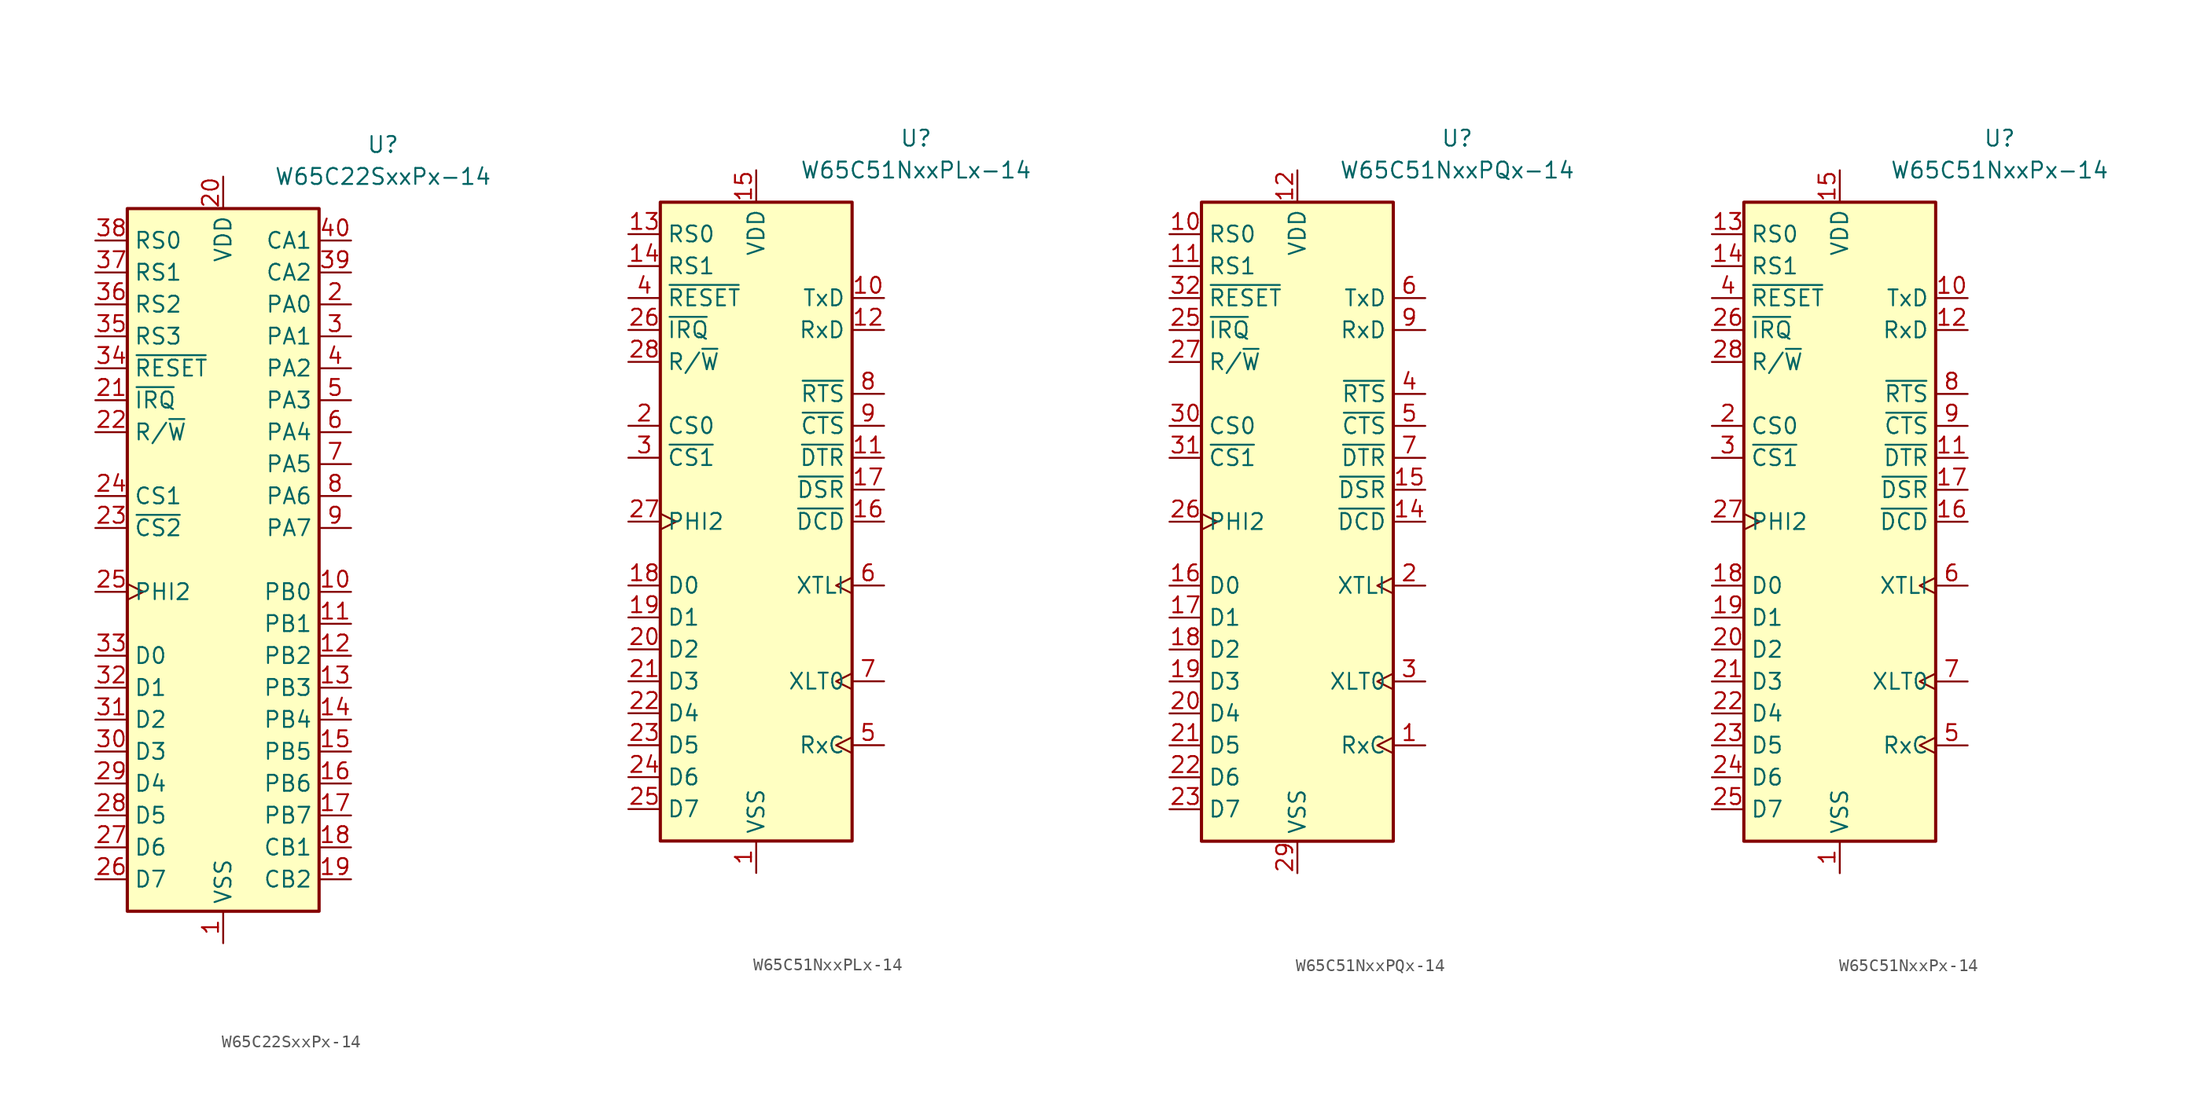
<source format=kicad_sym>
(kicad_symbol_lib
  (version 20211014)
  (generator kicad_symbol_editor)
  (symbol "W65C22SxxPx-14"
    (property "Reference" "U"
      (at 12.7 33.02 0)
      (effects (font (size 1.27 1.27))))
    (property "Value" "W65C22SxxPx-14"
      (at 12.7 30.48 0)
      (effects (font (size 1.27 1.27))))
    (symbol "W65C22SxxPx-14_0_1"
      (rectangle (start 7.62 27.94) (end -7.62 -27.94) (stroke (width 0.254) (type default) (color 0 0 0 0)) (fill (type background))))
    (symbol "W65C22SxxPx-14_1_1"
      (pin power_in line (at 0 -30.48 90) (length 2.54) (name "VSS" (effects (font (size 1.27 1.27)))) (number "1" (effects (font (size 1.27 1.27)))))
      (pin bidirectional line (at 10.16 -2.54 180) (length 2.54) (name "PB0" (effects (font (size 1.27 1.27)))) (number "10" (effects (font (size 1.27 1.27)))))
      (pin bidirectional line (at 10.16 -5.08 180) (length 2.54) (name "PB1" (effects (font (size 1.27 1.27)))) (number "11" (effects (font (size 1.27 1.27)))))
      (pin bidirectional line (at 10.16 -7.62 180) (length 2.54) (name "PB2" (effects (font (size 1.27 1.27)))) (number "12" (effects (font (size 1.27 1.27)))))
      (pin bidirectional line (at 10.16 -10.16 180) (length 2.54) (name "PB3" (effects (font (size 1.27 1.27)))) (number "13" (effects (font (size 1.27 1.27)))))
      (pin bidirectional line (at 10.16 -12.7 180) (length 2.54) (name "PB4" (effects (font (size 1.27 1.27)))) (number "14" (effects (font (size 1.27 1.27)))))
      (pin bidirectional line (at 10.16 -15.24 180) (length 2.54) (name "PB5" (effects (font (size 1.27 1.27)))) (number "15" (effects (font (size 1.27 1.27)))))
      (pin bidirectional line (at 10.16 -17.78 180) (length 2.54) (name "PB6" (effects (font (size 1.27 1.27)))) (number "16" (effects (font (size 1.27 1.27)))))
      (pin bidirectional line (at 10.16 -20.32 180) (length 2.54) (name "PB7" (effects (font (size 1.27 1.27)))) (number "17" (effects (font (size 1.27 1.27)))))
      (pin bidirectional line (at 10.16 -22.86 180) (length 2.54) (name "CB1" (effects (font (size 1.27 1.27)))) (number "18" (effects (font (size 1.27 1.27)))))
      (pin bidirectional line (at 10.16 -25.4 180) (length 2.54) (name "CB2" (effects (font (size 1.27 1.27)))) (number "19" (effects (font (size 1.27 1.27)))))
      (pin bidirectional line (at 10.16 20.32 180) (length 2.54) (name "PA0" (effects (font (size 1.27 1.27)))) (number "2" (effects (font (size 1.27 1.27)))))
      (pin power_in line (at 0 30.48 270) (length 2.54) (name "VDD" (effects (font (size 1.27 1.27)))) (number "20" (effects (font (size 1.27 1.27)))))
      (pin output line (at -10.16 12.7 0) (length 2.54) (name "~{IRQ}" (effects (font (size 1.27 1.27)))) (number "21" (effects (font (size 1.27 1.27)))))
      (pin input line (at -10.16 10.16 0) (length 2.54) (name "R/~{W}" (effects (font (size 1.27 1.27)))) (number "22" (effects (font (size 1.27 1.27)))))
      (pin input line (at -10.16 2.54 0) (length 2.54) (name "~{CS2}" (effects (font (size 1.27 1.27)))) (number "23" (effects (font (size 1.27 1.27)))))
      (pin input line (at -10.16 5.08 0) (length 2.54) (name "CS1" (effects (font (size 1.27 1.27)))) (number "24" (effects (font (size 1.27 1.27)))))
      (pin input clock (at -10.16 -2.54 0) (length 2.54) (name "PHI2" (effects (font (size 1.27 1.27)))) (number "25" (effects (font (size 1.27 1.27)))))
      (pin bidirectional line (at -10.16 -25.4 0) (length 2.54) (name "D7" (effects (font (size 1.27 1.27)))) (number "26" (effects (font (size 1.27 1.27)))))
      (pin bidirectional line (at -10.16 -22.86 0) (length 2.54) (name "D6" (effects (font (size 1.27 1.27)))) (number "27" (effects (font (size 1.27 1.27)))))
      (pin bidirectional line (at -10.16 -20.32 0) (length 2.54) (name "D5" (effects (font (size 1.27 1.27)))) (number "28" (effects (font (size 1.27 1.27)))))
      (pin bidirectional line (at -10.16 -17.78 0) (length 2.54) (name "D4" (effects (font (size 1.27 1.27)))) (number "29" (effects (font (size 1.27 1.27)))))
      (pin bidirectional line (at 10.16 17.78 180) (length 2.54) (name "PA1" (effects (font (size 1.27 1.27)))) (number "3" (effects (font (size 1.27 1.27)))))
      (pin bidirectional line (at -10.16 -15.24 0) (length 2.54) (name "D3" (effects (font (size 1.27 1.27)))) (number "30" (effects (font (size 1.27 1.27)))))
      (pin bidirectional line (at -10.16 -12.7 0) (length 2.54) (name "D2" (effects (font (size 1.27 1.27)))) (number "31" (effects (font (size 1.27 1.27)))))
      (pin bidirectional line (at -10.16 -10.16 0) (length 2.54) (name "D1" (effects (font (size 1.27 1.27)))) (number "32" (effects (font (size 1.27 1.27)))))
      (pin bidirectional line (at -10.16 -7.62 0) (length 2.54) (name "D0" (effects (font (size 1.27 1.27)))) (number "33" (effects (font (size 1.27 1.27)))))
      (pin input line (at -10.16 15.24 0) (length 2.54) (name "~{RESET}" (effects (font (size 1.27 1.27)))) (number "34" (effects (font (size 1.27 1.27)))))
      (pin input line (at -10.16 17.78 0) (length 2.54) (name "RS3" (effects (font (size 1.27 1.27)))) (number "35" (effects (font (size 1.27 1.27)))))
      (pin input line (at -10.16 20.32 0) (length 2.54) (name "RS2" (effects (font (size 1.27 1.27)))) (number "36" (effects (font (size 1.27 1.27)))))
      (pin input line (at -10.16 22.86 0) (length 2.54) (name "RS1" (effects (font (size 1.27 1.27)))) (number "37" (effects (font (size 1.27 1.27)))))
      (pin input line (at -10.16 25.4 0) (length 2.54) (name "RS0" (effects (font (size 1.27 1.27)))) (number "38" (effects (font (size 1.27 1.27)))))
      (pin bidirectional line (at 10.16 22.86 180) (length 2.54) (name "CA2" (effects (font (size 1.27 1.27)))) (number "39" (effects (font (size 1.27 1.27)))))
      (pin bidirectional line (at 10.16 15.24 180) (length 2.54) (name "PA2" (effects (font (size 1.27 1.27)))) (number "4" (effects (font (size 1.27 1.27)))))
      (pin input line (at 10.16 25.4 180) (length 2.54) (name "CA1" (effects (font (size 1.27 1.27)))) (number "40" (effects (font (size 1.27 1.27)))))
      (pin bidirectional line (at 10.16 12.7 180) (length 2.54) (name "PA3" (effects (font (size 1.27 1.27)))) (number "5" (effects (font (size 1.27 1.27)))))
      (pin bidirectional line (at 10.16 10.16 180) (length 2.54) (name "PA4" (effects (font (size 1.27 1.27)))) (number "6" (effects (font (size 1.27 1.27)))))
      (pin bidirectional line (at 10.16 7.62 180) (length 2.54) (name "PA5" (effects (font (size 1.27 1.27)))) (number "7" (effects (font (size 1.27 1.27)))))
      (pin bidirectional line (at 10.16 5.08 180) (length 2.54) (name "PA6" (effects (font (size 1.27 1.27)))) (number "8" (effects (font (size 1.27 1.27)))))
      (pin bidirectional line (at 10.16 2.54 180) (length 2.54) (name "PA7" (effects (font (size 1.27 1.27)))) (number "9" (effects (font (size 1.27 1.27)))))))
  (symbol "W65C51NxxPLx-14"
    (property "Reference" "U"
      (at 12.7 30.48 0)
      (effects (font (size 1.27 1.27))))
    (property "Value" "W65C51NxxPLx-14"
      (at 12.7 27.94 0)
      (effects (font (size 1.27 1.27))))
    (symbol "W65C51NxxPLx-14_0_1"
      (rectangle (start -7.62 25.4) (end 7.62 -25.4) (stroke (width 0.254) (type default) (color 0 0 0 0)) (fill (type background))))
    (symbol "W65C51NxxPLx-14_1_1"
      (pin power_in line (at 0 -27.94 90) (length 2.54) (name "VSS" (effects (font (size 1.27 1.27)))) (number "1" (effects (font (size 1.27 1.27)))))
      (pin output line (at 10.16 17.78 180) (length 2.54) (name "TxD" (effects (font (size 1.27 1.27)))) (number "10" (effects (font (size 1.27 1.27)))))
      (pin output line (at 10.16 5.08 180) (length 2.54) (name "~{DTR}" (effects (font (size 1.27 1.27)))) (number "11" (effects (font (size 1.27 1.27)))))
      (pin input line (at 10.16 15.24 180) (length 2.54) (name "RxD" (effects (font (size 1.27 1.27)))) (number "12" (effects (font (size 1.27 1.27)))))
      (pin input line (at -10.16 22.86 0) (length 2.54) (name "RS0" (effects (font (size 1.27 1.27)))) (number "13" (effects (font (size 1.27 1.27)))))
      (pin input line (at -10.16 20.32 0) (length 2.54) (name "RS1" (effects (font (size 1.27 1.27)))) (number "14" (effects (font (size 1.27 1.27)))))
      (pin power_in line (at 0 27.94 270) (length 2.54) (name "VDD" (effects (font (size 1.27 1.27)))) (number "15" (effects (font (size 1.27 1.27)))))
      (pin input line (at 10.16 0 180) (length 2.54) (name "~{DCD}" (effects (font (size 1.27 1.27)))) (number "16" (effects (font (size 1.27 1.27)))))
      (pin input line (at 10.16 2.54 180) (length 2.54) (name "~{DSR}" (effects (font (size 1.27 1.27)))) (number "17" (effects (font (size 1.27 1.27)))))
      (pin bidirectional line (at -10.16 -5.08 0) (length 2.54) (name "D0" (effects (font (size 1.27 1.27)))) (number "18" (effects (font (size 1.27 1.27)))))
      (pin bidirectional line (at -10.16 -7.62 0) (length 2.54) (name "D1" (effects (font (size 1.27 1.27)))) (number "19" (effects (font (size 1.27 1.27)))))
      (pin input line (at -10.16 7.62 0) (length 2.54) (name "CS0" (effects (font (size 1.27 1.27)))) (number "2" (effects (font (size 1.27 1.27)))))
      (pin bidirectional line (at -10.16 -10.16 0) (length 2.54) (name "D2" (effects (font (size 1.27 1.27)))) (number "20" (effects (font (size 1.27 1.27)))))
      (pin bidirectional line (at -10.16 -12.7 0) (length 2.54) (name "D3" (effects (font (size 1.27 1.27)))) (number "21" (effects (font (size 1.27 1.27)))))
      (pin bidirectional line (at -10.16 -15.24 0) (length 2.54) (name "D4" (effects (font (size 1.27 1.27)))) (number "22" (effects (font (size 1.27 1.27)))))
      (pin bidirectional line (at -10.16 -17.78 0) (length 2.54) (name "D5" (effects (font (size 1.27 1.27)))) (number "23" (effects (font (size 1.27 1.27)))))
      (pin bidirectional line (at -10.16 -20.32 0) (length 2.54) (name "D6" (effects (font (size 1.27 1.27)))) (number "24" (effects (font (size 1.27 1.27)))))
      (pin bidirectional line (at -10.16 -22.86 0) (length 2.54) (name "D7" (effects (font (size 1.27 1.27)))) (number "25" (effects (font (size 1.27 1.27)))))
      (pin output line (at -10.16 15.24 0) (length 2.54) (name "~{IRQ}" (effects (font (size 1.27 1.27)))) (number "26" (effects (font (size 1.27 1.27)))))
      (pin input clock (at -10.16 0 0) (length 2.54) (name "PHI2" (effects (font (size 1.27 1.27)))) (number "27" (effects (font (size 1.27 1.27)))))
      (pin input line (at -10.16 12.7 0) (length 2.54) (name "R/~{W}" (effects (font (size 1.27 1.27)))) (number "28" (effects (font (size 1.27 1.27)))))
      (pin input line (at -10.16 5.08 0) (length 2.54) (name "~{CS1}" (effects (font (size 1.27 1.27)))) (number "3" (effects (font (size 1.27 1.27)))))
      (pin input line (at -10.16 17.78 0) (length 2.54) (name "~{RESET}" (effects (font (size 1.27 1.27)))) (number "4" (effects (font (size 1.27 1.27)))))
      (pin bidirectional clock (at 10.16 -17.78 180) (length 2.54) (name "RxC" (effects (font (size 1.27 1.27)))) (number "5" (effects (font (size 1.27 1.27)))))
      (pin input clock (at 10.16 -5.08 180) (length 2.54) (name "XTLI" (effects (font (size 1.27 1.27)))) (number "6" (effects (font (size 1.27 1.27)))))
      (pin output clock (at 10.16 -12.7 180) (length 2.54) (name "XLT0" (effects (font (size 1.27 1.27)))) (number "7" (effects (font (size 1.27 1.27)))))
      (pin output line (at 10.16 10.16 180) (length 2.54) (name "~{RTS}" (effects (font (size 1.27 1.27)))) (number "8" (effects (font (size 1.27 1.27)))))
      (pin input line (at 10.16 7.62 180) (length 2.54) (name "~{CTS}" (effects (font (size 1.27 1.27)))) (number "9" (effects (font (size 1.27 1.27)))))))
  (symbol "W65C51NxxPQx-14"
    (property "Reference" "U"
      (at 12.7 30.48 0)
      (effects (font (size 1.27 1.27))))
    (property "Value" "W65C51NxxPQx-14"
      (at 12.7 27.94 0)
      (effects (font (size 1.27 1.27))))
    (symbol "W65C51NxxPQx-14_0_1"
      (rectangle (start -7.62 25.4) (end 7.62 -25.4) (stroke (width 0.254) (type default) (color 0 0 0 0)) (fill (type background))))
    (symbol "W65C51NxxPQx-14_1_1"
      (pin bidirectional clock (at 10.16 -17.78 180) (length 2.54) (name "RxC" (effects (font (size 1.27 1.27)))) (number "1" (effects (font (size 1.27 1.27)))))
      (pin input line (at -10.16 22.86 0) (length 2.54) (name "RS0" (effects (font (size 1.27 1.27)))) (number "10" (effects (font (size 1.27 1.27)))))
      (pin input line (at -10.16 20.32 0) (length 2.54) (name "RS1" (effects (font (size 1.27 1.27)))) (number "11" (effects (font (size 1.27 1.27)))))
      (pin power_in line (at 0 27.94 270) (length 2.54) (name "VDD" (effects (font (size 1.27 1.27)))) (number "12" (effects (font (size 1.27 1.27)))))
      (pin passive line (at 0 27.94 270) (length 2.54) hide (name "VDD" (effects (font (size 1.27 1.27)))) (number "13" (effects (font (size 1.27 1.27)))))
      (pin input line (at 10.16 0 180) (length 2.54) (name "~{DCD}" (effects (font (size 1.27 1.27)))) (number "14" (effects (font (size 1.27 1.27)))))
      (pin input line (at 10.16 2.54 180) (length 2.54) (name "~{DSR}" (effects (font (size 1.27 1.27)))) (number "15" (effects (font (size 1.27 1.27)))))
      (pin bidirectional line (at -10.16 -5.08 0) (length 2.54) (name "D0" (effects (font (size 1.27 1.27)))) (number "16" (effects (font (size 1.27 1.27)))))
      (pin bidirectional line (at -10.16 -7.62 0) (length 2.54) (name "D1" (effects (font (size 1.27 1.27)))) (number "17" (effects (font (size 1.27 1.27)))))
      (pin bidirectional line (at -10.16 -10.16 0) (length 2.54) (name "D2" (effects (font (size 1.27 1.27)))) (number "18" (effects (font (size 1.27 1.27)))))
      (pin bidirectional line (at -10.16 -12.7 0) (length 2.54) (name "D3" (effects (font (size 1.27 1.27)))) (number "19" (effects (font (size 1.27 1.27)))))
      (pin input clock (at 10.16 -5.08 180) (length 2.54) (name "XTLI" (effects (font (size 1.27 1.27)))) (number "2" (effects (font (size 1.27 1.27)))))
      (pin bidirectional line (at -10.16 -15.24 0) (length 2.54) (name "D4" (effects (font (size 1.27 1.27)))) (number "20" (effects (font (size 1.27 1.27)))))
      (pin bidirectional line (at -10.16 -17.78 0) (length 2.54) (name "D5" (effects (font (size 1.27 1.27)))) (number "21" (effects (font (size 1.27 1.27)))))
      (pin bidirectional line (at -10.16 -20.32 0) (length 2.54) (name "D6" (effects (font (size 1.27 1.27)))) (number "22" (effects (font (size 1.27 1.27)))))
      (pin bidirectional line (at -10.16 -22.86 0) (length 2.54) (name "D7" (effects (font (size 1.27 1.27)))) (number "23" (effects (font (size 1.27 1.27)))))
      (pin no_connect non_logic (at 10.16 -24.13 180) (length 2.54) hide (name "NC" (effects (font (size 1.27 1.27)))) (number "24" (effects (font (size 1.27 1.27)))))
      (pin output line (at -10.16 15.24 0) (length 2.54) (name "~{IRQ}" (effects (font (size 1.27 1.27)))) (number "25" (effects (font (size 1.27 1.27)))))
      (pin input clock (at -10.16 0 0) (length 2.54) (name "PHI2" (effects (font (size 1.27 1.27)))) (number "26" (effects (font (size 1.27 1.27)))))
      (pin input line (at -10.16 12.7 0) (length 2.54) (name "R/~{W}" (effects (font (size 1.27 1.27)))) (number "27" (effects (font (size 1.27 1.27)))))
      (pin passive line (at 0 -27.94 90) (length 2.54) hide (name "VSS" (effects (font (size 1.27 1.27)))) (number "28" (effects (font (size 1.27 1.27)))))
      (pin power_in line (at 0 -27.94 90) (length 2.54) (name "VSS" (effects (font (size 1.27 1.27)))) (number "29" (effects (font (size 1.27 1.27)))))
      (pin output clock (at 10.16 -12.7 180) (length 2.54) (name "XLT0" (effects (font (size 1.27 1.27)))) (number "3" (effects (font (size 1.27 1.27)))))
      (pin input line (at -10.16 7.62 0) (length 2.54) (name "CS0" (effects (font (size 1.27 1.27)))) (number "30" (effects (font (size 1.27 1.27)))))
      (pin input line (at -10.16 5.08 0) (length 2.54) (name "~{CS1}" (effects (font (size 1.27 1.27)))) (number "31" (effects (font (size 1.27 1.27)))))
      (pin input line (at -10.16 17.78 0) (length 2.54) (name "~{RESET}" (effects (font (size 1.27 1.27)))) (number "32" (effects (font (size 1.27 1.27)))))
      (pin output line (at 10.16 10.16 180) (length 2.54) (name "~{RTS}" (effects (font (size 1.27 1.27)))) (number "4" (effects (font (size 1.27 1.27)))))
      (pin input line (at 10.16 7.62 180) (length 2.54) (name "~{CTS}" (effects (font (size 1.27 1.27)))) (number "5" (effects (font (size 1.27 1.27)))))
      (pin output line (at 10.16 17.78 180) (length 2.54) (name "TxD" (effects (font (size 1.27 1.27)))) (number "6" (effects (font (size 1.27 1.27)))))
      (pin output line (at 10.16 5.08 180) (length 2.54) (name "~{DTR}" (effects (font (size 1.27 1.27)))) (number "7" (effects (font (size 1.27 1.27)))))
      (pin no_connect non_logic (at 10.16 -21.59 180) (length 2.54) hide (name "NC" (effects (font (size 1.27 1.27)))) (number "8" (effects (font (size 1.27 1.27)))))
      (pin input line (at 10.16 15.24 180) (length 2.54) (name "RxD" (effects (font (size 1.27 1.27)))) (number "9" (effects (font (size 1.27 1.27)))))))
  (symbol "W65C51NxxPx-14"
    (property "Reference" "U"
      (at 12.7 30.48 0)
      (effects (font (size 1.27 1.27))))
    (property "Value" "W65C51NxxPx-14"
      (at 12.7 27.94 0)
      (effects (font (size 1.27 1.27))))
    (symbol "W65C51NxxPx-14_0_1"
      (rectangle (start -7.62 25.4) (end 7.62 -25.4) (stroke (width 0.254) (type default) (color 0 0 0 0)) (fill (type background))))
    (symbol "W65C51NxxPx-14_1_1"
      (pin power_in line (at 0 -27.94 90) (length 2.54) (name "VSS" (effects (font (size 1.27 1.27)))) (number "1" (effects (font (size 1.27 1.27)))))
      (pin output line (at 10.16 17.78 180) (length 2.54) (name "TxD" (effects (font (size 1.27 1.27)))) (number "10" (effects (font (size 1.27 1.27)))))
      (pin output line (at 10.16 5.08 180) (length 2.54) (name "~{DTR}" (effects (font (size 1.27 1.27)))) (number "11" (effects (font (size 1.27 1.27)))))
      (pin input line (at 10.16 15.24 180) (length 2.54) (name "RxD" (effects (font (size 1.27 1.27)))) (number "12" (effects (font (size 1.27 1.27)))))
      (pin input line (at -10.16 22.86 0) (length 2.54) (name "RS0" (effects (font (size 1.27 1.27)))) (number "13" (effects (font (size 1.27 1.27)))))
      (pin input line (at -10.16 20.32 0) (length 2.54) (name "RS1" (effects (font (size 1.27 1.27)))) (number "14" (effects (font (size 1.27 1.27)))))
      (pin power_in line (at 0 27.94 270) (length 2.54) (name "VDD" (effects (font (size 1.27 1.27)))) (number "15" (effects (font (size 1.27 1.27)))))
      (pin input line (at 10.16 0 180) (length 2.54) (name "~{DCD}" (effects (font (size 1.27 1.27)))) (number "16" (effects (font (size 1.27 1.27)))))
      (pin input line (at 10.16 2.54 180) (length 2.54) (name "~{DSR}" (effects (font (size 1.27 1.27)))) (number "17" (effects (font (size 1.27 1.27)))))
      (pin bidirectional line (at -10.16 -5.08 0) (length 2.54) (name "D0" (effects (font (size 1.27 1.27)))) (number "18" (effects (font (size 1.27 1.27)))))
      (pin bidirectional line (at -10.16 -7.62 0) (length 2.54) (name "D1" (effects (font (size 1.27 1.27)))) (number "19" (effects (font (size 1.27 1.27)))))
      (pin input line (at -10.16 7.62 0) (length 2.54) (name "CS0" (effects (font (size 1.27 1.27)))) (number "2" (effects (font (size 1.27 1.27)))))
      (pin bidirectional line (at -10.16 -10.16 0) (length 2.54) (name "D2" (effects (font (size 1.27 1.27)))) (number "20" (effects (font (size 1.27 1.27)))))
      (pin bidirectional line (at -10.16 -12.7 0) (length 2.54) (name "D3" (effects (font (size 1.27 1.27)))) (number "21" (effects (font (size 1.27 1.27)))))
      (pin bidirectional line (at -10.16 -15.24 0) (length 2.54) (name "D4" (effects (font (size 1.27 1.27)))) (number "22" (effects (font (size 1.27 1.27)))))
      (pin bidirectional line (at -10.16 -17.78 0) (length 2.54) (name "D5" (effects (font (size 1.27 1.27)))) (number "23" (effects (font (size 1.27 1.27)))))
      (pin bidirectional line (at -10.16 -20.32 0) (length 2.54) (name "D6" (effects (font (size 1.27 1.27)))) (number "24" (effects (font (size 1.27 1.27)))))
      (pin bidirectional line (at -10.16 -22.86 0) (length 2.54) (name "D7" (effects (font (size 1.27 1.27)))) (number "25" (effects (font (size 1.27 1.27)))))
      (pin output line (at -10.16 15.24 0) (length 2.54) (name "~{IRQ}" (effects (font (size 1.27 1.27)))) (number "26" (effects (font (size 1.27 1.27)))))
      (pin input clock (at -10.16 0 0) (length 2.54) (name "PHI2" (effects (font (size 1.27 1.27)))) (number "27" (effects (font (size 1.27 1.27)))))
      (pin input line (at -10.16 12.7 0) (length 2.54) (name "R/~{W}" (effects (font (size 1.27 1.27)))) (number "28" (effects (font (size 1.27 1.27)))))
      (pin input line (at -10.16 5.08 0) (length 2.54) (name "~{CS1}" (effects (font (size 1.27 1.27)))) (number "3" (effects (font (size 1.27 1.27)))))
      (pin input line (at -10.16 17.78 0) (length 2.54) (name "~{RESET}" (effects (font (size 1.27 1.27)))) (number "4" (effects (font (size 1.27 1.27)))))
      (pin bidirectional clock (at 10.16 -17.78 180) (length 2.54) (name "RxC" (effects (font (size 1.27 1.27)))) (number "5" (effects (font (size 1.27 1.27)))))
      (pin input clock (at 10.16 -5.08 180) (length 2.54) (name "XTLI" (effects (font (size 1.27 1.27)))) (number "6" (effects (font (size 1.27 1.27)))))
      (pin output clock (at 10.16 -12.7 180) (length 2.54) (name "XLT0" (effects (font (size 1.27 1.27)))) (number "7" (effects (font (size 1.27 1.27)))))
      (pin output line (at 10.16 10.16 180) (length 2.54) (name "~{RTS}" (effects (font (size 1.27 1.27)))) (number "8" (effects (font (size 1.27 1.27)))))
      (pin input line (at 10.16 7.62 180) (length 2.54) (name "~{CTS}" (effects (font (size 1.27 1.27)))) (number "9" (effects (font (size 1.27 1.27))))))))
</source>
